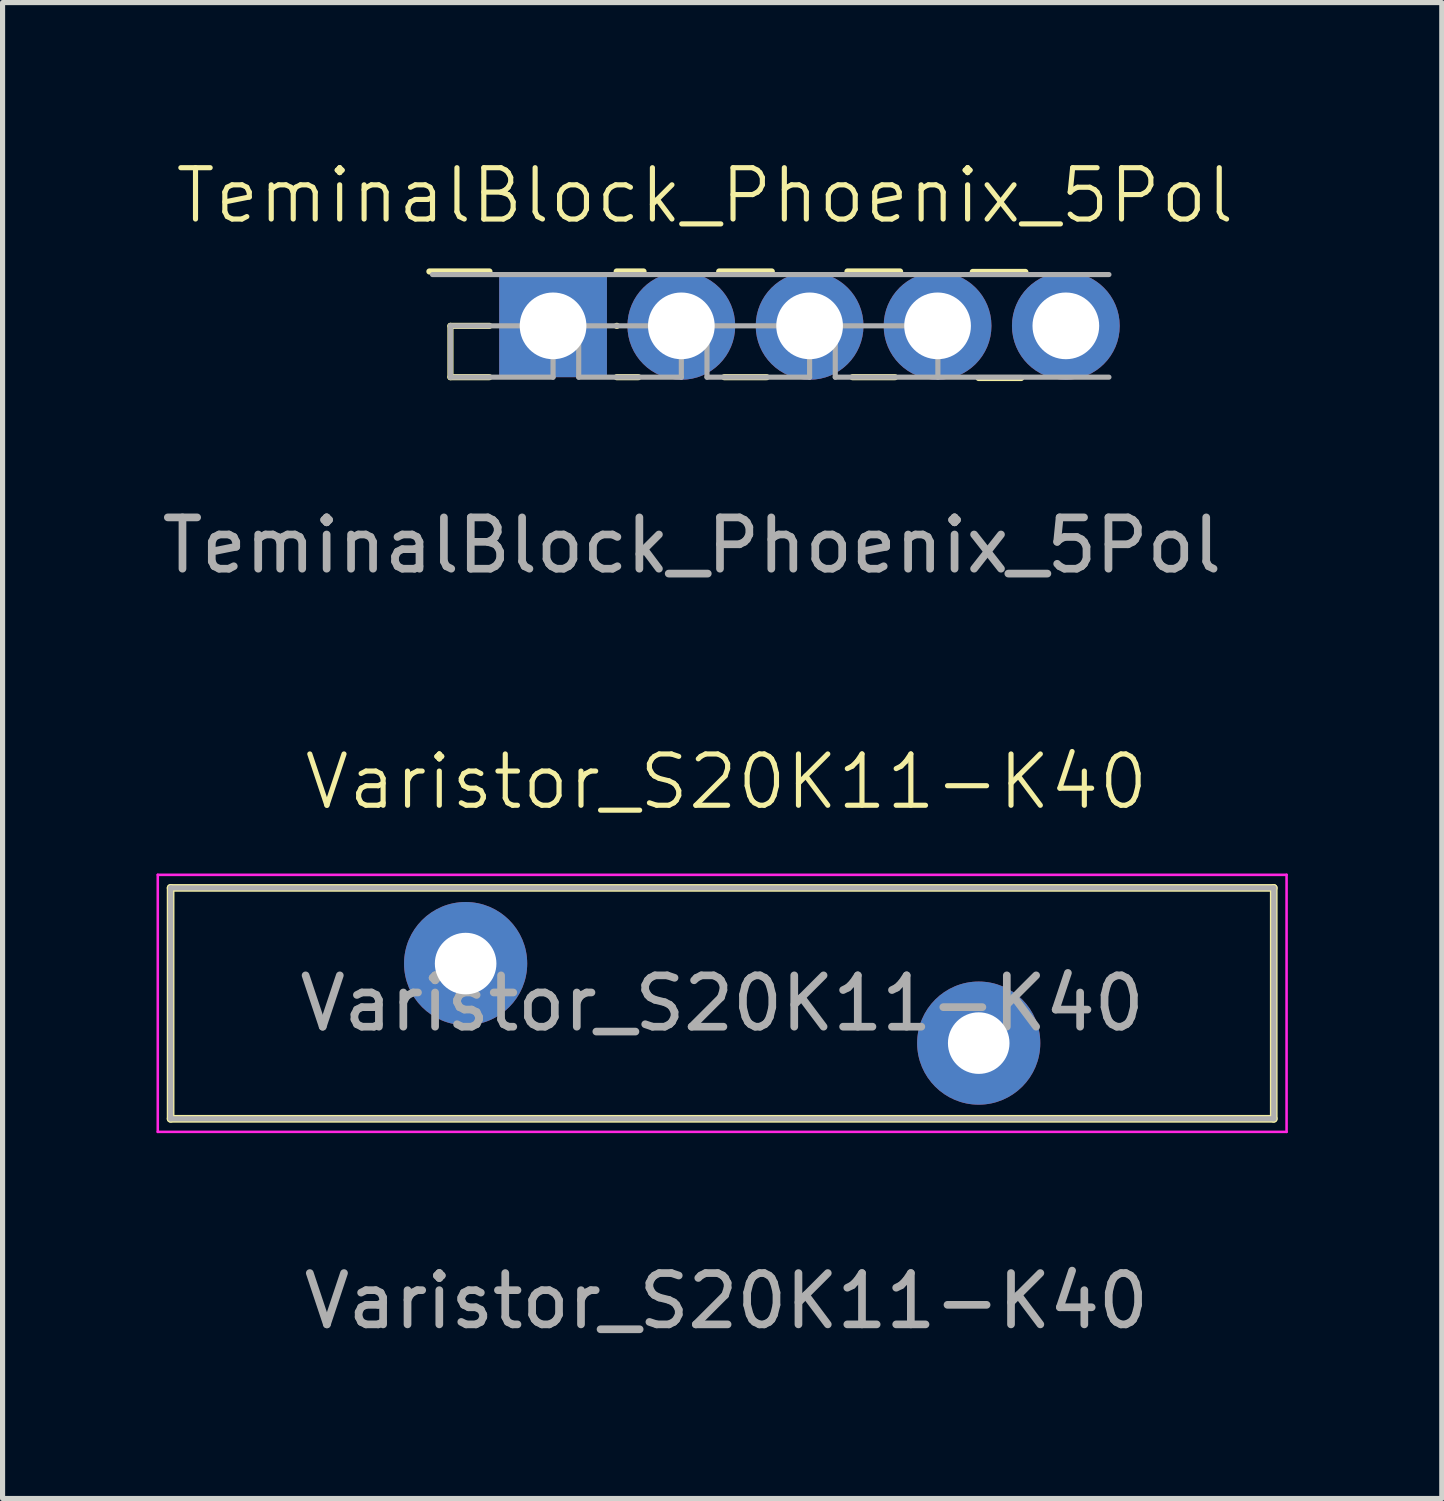
<source format=kicad_pcb>
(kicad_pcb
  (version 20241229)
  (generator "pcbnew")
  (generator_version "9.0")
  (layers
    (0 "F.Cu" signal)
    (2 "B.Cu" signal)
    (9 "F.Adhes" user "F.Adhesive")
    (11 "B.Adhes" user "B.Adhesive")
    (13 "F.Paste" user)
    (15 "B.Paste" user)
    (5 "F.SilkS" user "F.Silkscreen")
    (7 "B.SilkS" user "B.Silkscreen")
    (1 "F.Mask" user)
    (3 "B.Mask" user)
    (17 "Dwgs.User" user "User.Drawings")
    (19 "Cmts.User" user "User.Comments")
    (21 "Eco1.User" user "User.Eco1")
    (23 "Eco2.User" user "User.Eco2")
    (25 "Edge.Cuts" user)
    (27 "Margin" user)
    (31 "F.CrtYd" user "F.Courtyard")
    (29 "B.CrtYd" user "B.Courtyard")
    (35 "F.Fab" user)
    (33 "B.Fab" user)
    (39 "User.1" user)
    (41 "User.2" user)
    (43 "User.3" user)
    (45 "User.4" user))
  (footprint "TeminalBlock_Phoenix_5Pol"
    (layer "F.Cu")
    (at 10.435 5.079)
    (property "Reference" "TeminalBlock_Phoenix_5Pol" (at 0.254 -4.318 0) (unlocked yes) (layer "F.SilkS") (effects (font (size 1 1) (thickness 0.1))))
    (attr through_hole)
    (fp_line (start -5.116 -2.838) (end -3.946 -2.838) (stroke (width 0.12) (type solid)) (layer "F.SilkS"))
    (fp_line (start -4.706 -1.778) (end -4.706 -0.778) (stroke (width 0.12) (type solid)) (layer "F.SilkS"))
    (fp_line (start -4.706 -1.778) (end -3.946 -1.778) (stroke (width 0.12) (type solid)) (layer "F.SilkS"))
    (fp_line (start -4.706 -0.778) (end -3.946 -0.778) (stroke (width 0.12) (type solid)) (layer "F.SilkS"))
    (fp_line (start -1.466 -2.838) (end -0.943 -2.838) (stroke (width 0.12) (type solid)) (layer "F.SilkS"))
    (fp_line (start -1.466 -1.778) (end -1.461 -1.778) (stroke (width 0.12) (type solid)) (layer "F.SilkS"))
    (fp_line (start -1.466 -0.778) (end -1.041 -0.778) (stroke (width 0.12) (type solid)) (layer "F.SilkS"))
    (fp_line (start 0.532 -2.838) (end 1.557 -2.838) (stroke (width 0.12) (type solid)) (layer "F.SilkS"))
    (fp_line (start 0.63 -0.778) (end 1.459 -0.778) (stroke (width 0.12) (type solid)) (layer "F.SilkS"))
    (fp_line (start 3.032 -2.838) (end 4.057 -2.838) (stroke (width 0.12) (type solid)) (layer "F.SilkS"))
    (fp_line (start 3.13 -0.778) (end 3.959 -0.778) (stroke (width 0.12) (type solid)) (layer "F.SilkS"))
    (fp_line (start 5.474 -2.829) (end 6.499 -2.829) (stroke (width 0.12) (type solid)) (layer "F.SilkS"))
    (fp_line (start 5.588 -0.762) (end 6.417 -0.762) (stroke (width 0.12) (type solid)) (layer "F.SilkS"))
    (fp_line (start -5.056 -2.778) (end 8.128 -2.778) (stroke (width 0.1) (type solid)) (layer "F.Fab"))
    (fp_line (start -4.706 -1.778) (end -4.706 -0.778) (stroke (width 0.1) (type solid)) (layer "F.Fab"))
    (fp_line (start -4.706 -0.778) (end -2.706 -0.778) (stroke (width 0.1) (type solid)) (layer "F.Fab"))
    (fp_line (start -2.706 -1.778) (end -4.706 -1.778) (stroke (width 0.1) (type solid)) (layer "F.Fab"))
    (fp_line (start -2.706 -0.778) (end -2.706 -1.778) (stroke (width 0.1) (type solid)) (layer "F.Fab"))
    (fp_line (start -2.206 -1.778) (end -2.206 -0.778) (stroke (width 0.1) (type solid)) (layer "F.Fab"))
    (fp_line (start -2.206 -0.778) (end -0.206 -0.778) (stroke (width 0.1) (type solid)) (layer "F.Fab"))
    (fp_line (start -0.206 -1.778) (end -2.206 -1.778) (stroke (width 0.1) (type solid)) (layer "F.Fab"))
    (fp_line (start -0.206 -0.778) (end -0.206 -1.778) (stroke (width 0.1) (type solid)) (layer "F.Fab"))
    (fp_line (start 0.294 -1.778) (end 0.294 -0.778) (stroke (width 0.1) (type solid)) (layer "F.Fab"))
    (fp_line (start 0.294 -0.778) (end 2.294 -0.778) (stroke (width 0.1) (type solid)) (layer "F.Fab"))
    (fp_line (start 2.294 -1.778) (end 0.294 -1.778) (stroke (width 0.1) (type solid)) (layer "F.Fab"))
    (fp_line (start 2.294 -0.778) (end 2.294 -1.778) (stroke (width 0.1) (type solid)) (layer "F.Fab"))
    (fp_line (start 2.794 -1.778) (end 2.794 -0.778) (stroke (width 0.1) (type solid)) (layer "F.Fab"))
    (fp_line (start 2.794 -0.778) (end 8.128 -0.778) (stroke (width 0.1) (type solid)) (layer "F.Fab"))
    (fp_line (start 4.794 -1.778) (end 2.794 -1.778) (stroke (width 0.1) (type solid)) (layer "F.Fab"))
    (fp_line (start 4.794 -0.778) (end 4.794 -1.778) (stroke (width 0.1) (type solid)) (layer "F.Fab"))
    (fp_text user "${REFERENCE}" (at 0 2.5 0) (unlocked yes) (layer "F.Fab") (effects (font (size 1 1) (thickness 0.15))))
    (pad "1" thru_hole rect (at -2.706 -1.778) (size 2.1 2) (drill 1.3) (layers "*.Cu" "*.Mask"))
    (pad "2" thru_hole circle (at -0.206 -1.778) (size 2.1 2.1) (drill 1.3) (layers "*.Cu" "*.Mask"))
    (pad "3" thru_hole circle (at 2.294 -1.778) (size 2.1 2.1) (drill 1.3) (layers "*.Cu" "*.Mask"))
    (pad "4" thru_hole circle (at 4.788 -1.778) (size 2.1 2.1) (drill 1.3) (layers "*.Cu" "*.Mask"))
    (pad "5" thru_hole circle (at 7.288 -1.778) (size 2.1 2.1) (drill 1.3) (layers "*.Cu" "*.Mask")))
  (footprint "Varistor_S20K11-K40"
    (layer "F.Cu")
    (at 11.279 16.505)
    (property "Reference" "Varistor_S20K11-K40" (at -0.172 -4.318 0) (unlocked yes) (layer "F.SilkS") (effects (font (size 1 1) (thickness 0.1))))
    (attr through_hole)
    (fp_line (start -11.004 -2.25) (end -11.004 2.25) (stroke (width 0.15) (type solid)) (layer "F.SilkS"))
    (fp_line (start -11.004 -2.25) (end 10.496 -2.25) (stroke (width 0.15) (type solid)) (layer "F.SilkS"))
    (fp_line (start -11.004 2.25) (end 10.496 2.25) (stroke (width 0.15) (type solid)) (layer "F.SilkS"))
    (fp_line (start 10.496 -2.25) (end 10.496 2.25) (stroke (width 0.15) (type solid)) (layer "F.SilkS"))
    (fp_line (start -11.254 -2.505) (end -11.254 2.505) (stroke (width 0.05) (type solid)) (layer "F.CrtYd"))
    (fp_line (start -11.254 -2.505) (end 10.746 -2.505) (stroke (width 0.05) (type solid)) (layer "F.CrtYd"))
    (fp_line (start -11.254 2.505) (end 10.746 2.505) (stroke (width 0.05) (type solid)) (layer "F.CrtYd"))
    (fp_line (start 10.746 -2.505) (end 10.746 2.505) (stroke (width 0.05) (type solid)) (layer "F.CrtYd"))
    (fp_line (start -11.004 -2.25) (end -11.004 2.25) (stroke (width 0.1) (type solid)) (layer "F.Fab"))
    (fp_line (start -11.004 -2.25) (end 10.496 -2.25) (stroke (width 0.1) (type solid)) (layer "F.Fab"))
    (fp_line (start -11.004 2.25) (end 10.496 2.25) (stroke (width 0.1) (type solid)) (layer "F.Fab"))
    (fp_line (start 10.496 -2.25) (end 10.496 2.25) (stroke (width 0.1) (type solid)) (layer "F.Fab"))
    (fp_text user "${REFERENCE}" (at -0.172 5.802 0) (unlocked yes) (layer "F.Fab") (effects (font (size 1 1) (thickness 0.15))))
    (fp_text user "${REFERENCE}" (at -0.254 0 0) (layer "F.Fab") (effects (font (size 1 1) (thickness 0.15))))
    (pad "1" thru_hole circle (at -5.254 -0.775) (size 2.4 2.4) (drill 1.2) (layers "*.Cu" "*.Mask"))
    (pad "2" thru_hole circle (at 4.746 0.775) (size 2.4 2.4) (drill 1.2) (layers "*.Cu" "*.Mask")))
  (gr_rect
    (start -3 -3)
    (end 25.05 26.155)
    (stroke (width 0.1) (type default))
    (fill no)
    (layer "Edge.Cuts")))
</source>
